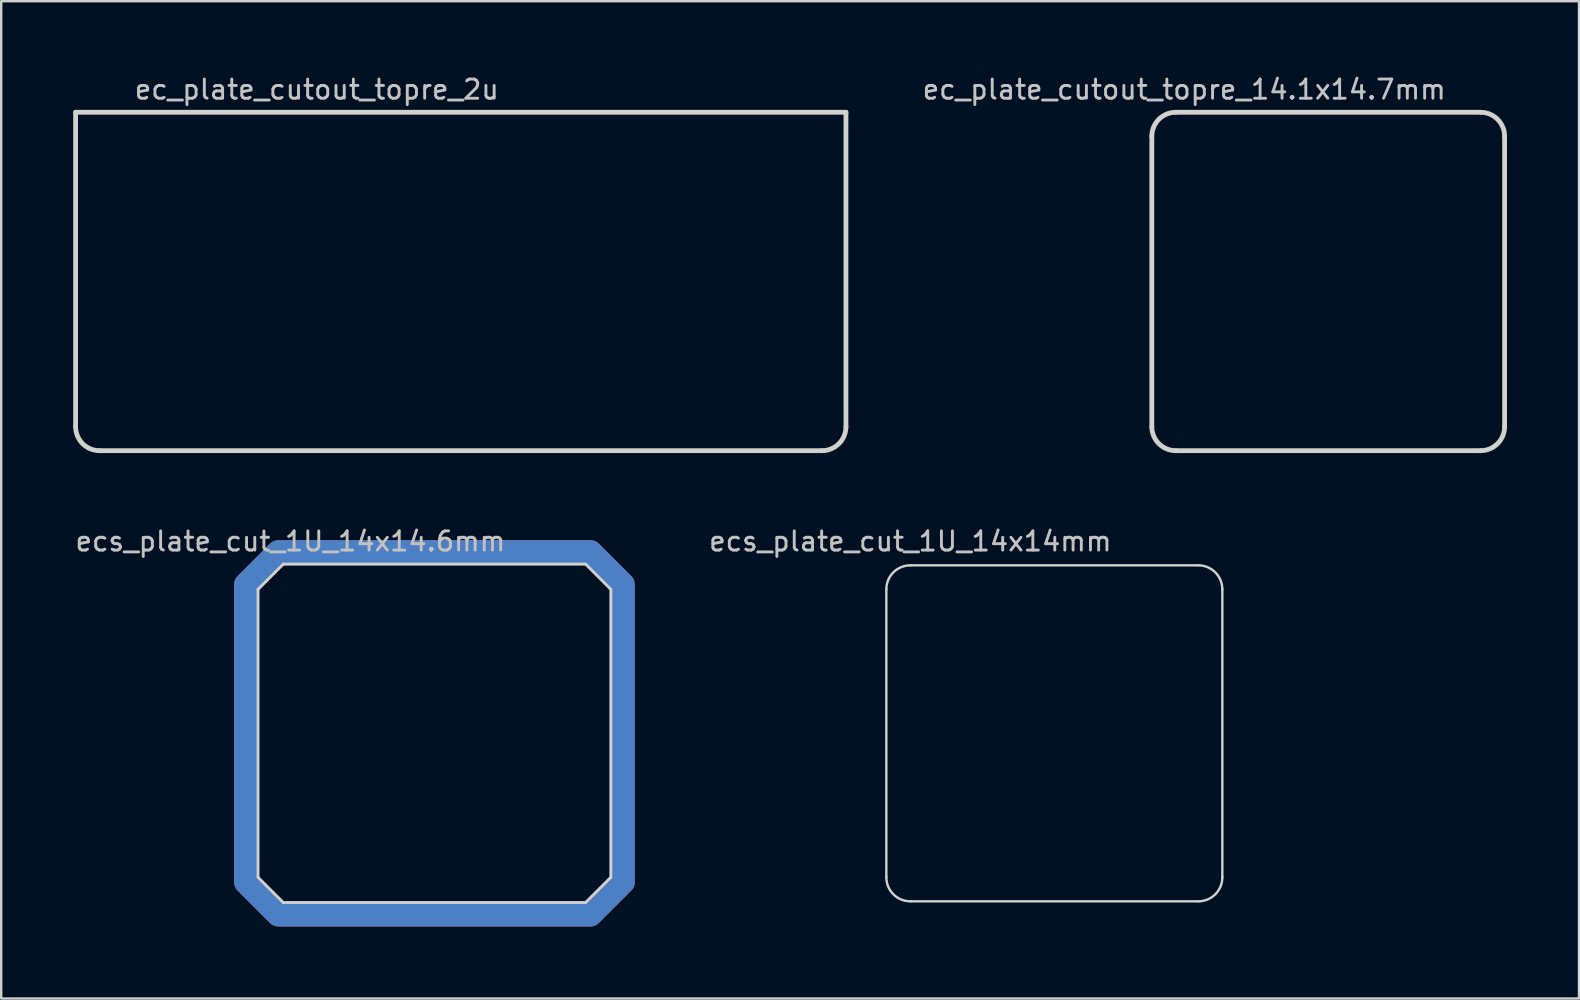
<source format=kicad_pcb>
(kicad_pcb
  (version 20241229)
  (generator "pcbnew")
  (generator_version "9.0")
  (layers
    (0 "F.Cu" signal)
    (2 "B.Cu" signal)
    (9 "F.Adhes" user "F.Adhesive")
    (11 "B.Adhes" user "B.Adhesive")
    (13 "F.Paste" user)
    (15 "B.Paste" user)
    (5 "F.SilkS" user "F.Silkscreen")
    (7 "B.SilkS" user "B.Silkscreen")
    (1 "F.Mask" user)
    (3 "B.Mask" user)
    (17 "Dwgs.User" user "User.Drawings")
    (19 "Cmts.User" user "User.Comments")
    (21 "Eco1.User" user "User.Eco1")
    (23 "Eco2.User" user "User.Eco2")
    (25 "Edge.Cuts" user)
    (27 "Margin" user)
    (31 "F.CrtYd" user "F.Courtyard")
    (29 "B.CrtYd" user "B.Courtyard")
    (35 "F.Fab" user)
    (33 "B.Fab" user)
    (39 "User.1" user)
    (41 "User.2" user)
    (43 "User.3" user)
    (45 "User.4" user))
  (footprint "ec_plate_cutout_topre_2u"
    (layer "F.Cu")
    (at 16.15 8.679)
    (property "Reference" "ec_plate_cutout_topre_2u" (at -6 -8 0) (layer "Dwgs.User") (effects (font (size 0.8 0.8) (thickness 0.12))))
    (attr smd)
    (fp_line (start -16.05 -7.05) (end 16.05 -7.05) (stroke (width 0.2) (type default)) (layer "Edge.Cuts"))
    (fp_line (start -16.05 6.05) (end -16.05 -7.05) (stroke (width 0.2) (type default)) (layer "Edge.Cuts"))
    (fp_line (start 15.05 7.05) (end -15.05 7.05) (stroke (width 0.2) (type default)) (layer "Edge.Cuts"))
    (fp_line (start 16.05 -7.05) (end 16.05 6.05) (stroke (width 0.2) (type default)) (layer "Edge.Cuts"))
    (fp_arc (start -15.05 7.05) (mid -15.757107 6.757107) (end -16.05 6.05) (stroke (width 0.2) (type default)) (layer "Edge.Cuts"))
    (fp_arc (start 16.05 6.05) (mid 15.757107 6.757107) (end 15.05 7.05) (stroke (width 0.2) (type default)) (layer "Edge.Cuts")))
  (footprint "ecs_plate_cut_1U_14x14.6mm"
    (layer "F.Cu")
    (at 15.052 27.507)
    (property "Reference" "ecs_plate_cut_1U_14x14.6mm" (at -6 -8 0) (layer "Dwgs.User") (effects (font (size 0.8 0.8) (thickness 0.12))))
    (attr smd)
    (fp_poly (pts (xy 6.5 -7.55) (xy 7.85 -6.2) (xy 7.85 6.2) (xy 6.5 7.55) (xy -6.5 7.55) (xy -7.85 6.2) (xy -7.85 -6.2) (xy -6.5 -7.55)) (stroke (width 1) (type solid)) (fill no) (layer "F.Cu"))
    (fp_poly (pts (xy 6.5 -7.55) (xy 7.85 -6.2) (xy 7.85 6.2) (xy 6.5 7.55) (xy -6.5 7.55) (xy -7.85 6.2) (xy -7.85 -6.2) (xy -6.5 -7.55)) (stroke (width 1) (type solid)) (fill no) (layer "F.Mask"))
    (fp_poly (pts (xy 6.5 -7.55) (xy 7.85 -6.2) (xy 7.85 6.2) (xy 6.5 7.55) (xy -6.5 7.55) (xy -7.85 6.2) (xy -7.85 -6.2) (xy -6.5 -7.55)) (stroke (width 1) (type solid)) (fill no) (layer "B.Cu"))
    (fp_poly (pts (xy 6.5 -7.55) (xy 7.85 -6.2) (xy 7.85 6.2) (xy 6.5 7.55) (xy -6.5 7.55) (xy -7.85 6.2) (xy -7.85 -6.2) (xy -6.5 -7.55)) (stroke (width 1) (type solid)) (fill no) (layer "B.Mask"))
    (fp_line (start -7.35 -6) (end -7.35 6) (stroke (width 0.12) (type solid)) (layer "Edge.Cuts"))
    (fp_line (start -7.35 6) (end -6.3 7.05) (stroke (width 0.12) (type solid)) (layer "Edge.Cuts"))
    (fp_line (start -6.3 -7.05) (end -7.35 -6) (stroke (width 0.12) (type solid)) (layer "Edge.Cuts"))
    (fp_line (start -6.3 7.05) (end 6.3 7.05) (stroke (width 0.12) (type solid)) (layer "Edge.Cuts"))
    (fp_line (start 6.3 -7.05) (end -6.3 -7.05) (stroke (width 0.12) (type solid)) (layer "Edge.Cuts"))
    (fp_line (start 6.3 -7.05) (end 7.35 -6) (stroke (width 0.12) (type solid)) (layer "Edge.Cuts"))
    (fp_line (start 6.3 7.05) (end 7.35 6) (stroke (width 0.12) (type solid)) (layer "Edge.Cuts"))
    (fp_line (start 7.35 6) (end 7.35 -6) (stroke (width 0.12) (type solid)) (layer "Edge.Cuts")))
  (footprint "ec_plate_cutout_topre_14.1x14.7mm"
    (layer "F.Cu")
    (at 52.295 8.679)
    (property "Reference" "ec_plate_cutout_topre_14.1x14.7mm" (at -6 -8 0) (layer "Dwgs.User") (effects (font (size 0.8 0.8) (thickness 0.12))))
    (attr smd)
    (fp_line (start -7.35 6.05) (end -7.35 -6.05) (stroke (width 0.2) (type default)) (layer "Edge.Cuts"))
    (fp_line (start -6.35 -7.05) (end 6.35 -7.05) (stroke (width 0.2) (type default)) (layer "Edge.Cuts"))
    (fp_line (start 6.35 7.05) (end -6.35 7.05) (stroke (width 0.2) (type default)) (layer "Edge.Cuts"))
    (fp_line (start 7.35 -6.05) (end 7.35 6.05) (stroke (width 0.2) (type default)) (layer "Edge.Cuts"))
    (fp_arc (start -7.35 -6.05) (mid -7.057107 -6.757107) (end -6.35 -7.05) (stroke (width 0.2) (type default)) (layer "Edge.Cuts"))
    (fp_arc (start -6.35 7.05) (mid -7.057107 6.757107) (end -7.35 6.05) (stroke (width 0.2) (type default)) (layer "Edge.Cuts"))
    (fp_arc (start 6.35 -7.05) (mid 7.057107 -6.757107) (end 7.35 -6.05) (stroke (width 0.2) (type default)) (layer "Edge.Cuts"))
    (fp_arc (start 7.35 6.05) (mid 7.057107 6.757107) (end 6.35 7.05) (stroke (width 0.2) (type default)) (layer "Edge.Cuts")))
  (footprint "ecs_plate_cut_1U_14x14mm"
    (layer "F.Cu")
    (at 40.883 27.507)
    (property "Reference" "ecs_plate_cut_1U_14x14mm" (at -6 -8 0) (layer "Dwgs.User") (effects (font (size 0.8 0.8) (thickness 0.12))))
    (attr smd)
    (fp_line (start -7 6) (end -7 -6) (stroke (width 0.1) (type default)) (layer "Edge.Cuts"))
    (fp_line (start -6 -7) (end 6 -7) (stroke (width 0.1) (type default)) (layer "Edge.Cuts"))
    (fp_line (start 6 7) (end -6 7) (stroke (width 0.1) (type default)) (layer "Edge.Cuts"))
    (fp_line (start 7 -6) (end 7 6) (stroke (width 0.1) (type default)) (layer "Edge.Cuts"))
    (fp_arc (start -7 -6) (mid -6.707107 -6.707107) (end -6 -7) (stroke (width 0.1) (type default)) (layer "Edge.Cuts"))
    (fp_arc (start -6 7) (mid -6.707107 6.707107) (end -7 6) (stroke (width 0.1) (type default)) (layer "Edge.Cuts"))
    (fp_arc (start 6 -7) (mid 6.707107 -6.707107) (end 7 -6) (stroke (width 0.1) (type default)) (layer "Edge.Cuts"))
    (fp_arc (start 7 6) (mid 6.707107 6.707107) (end 6 7) (stroke (width 0.1) (type default)) (layer "Edge.Cuts")))
  (gr_rect
    (start -3 -3)
    (end 62.745 38.557)
    (stroke (width 0.1) (type default))
    (fill no)
    (layer "Edge.Cuts")))
</source>
